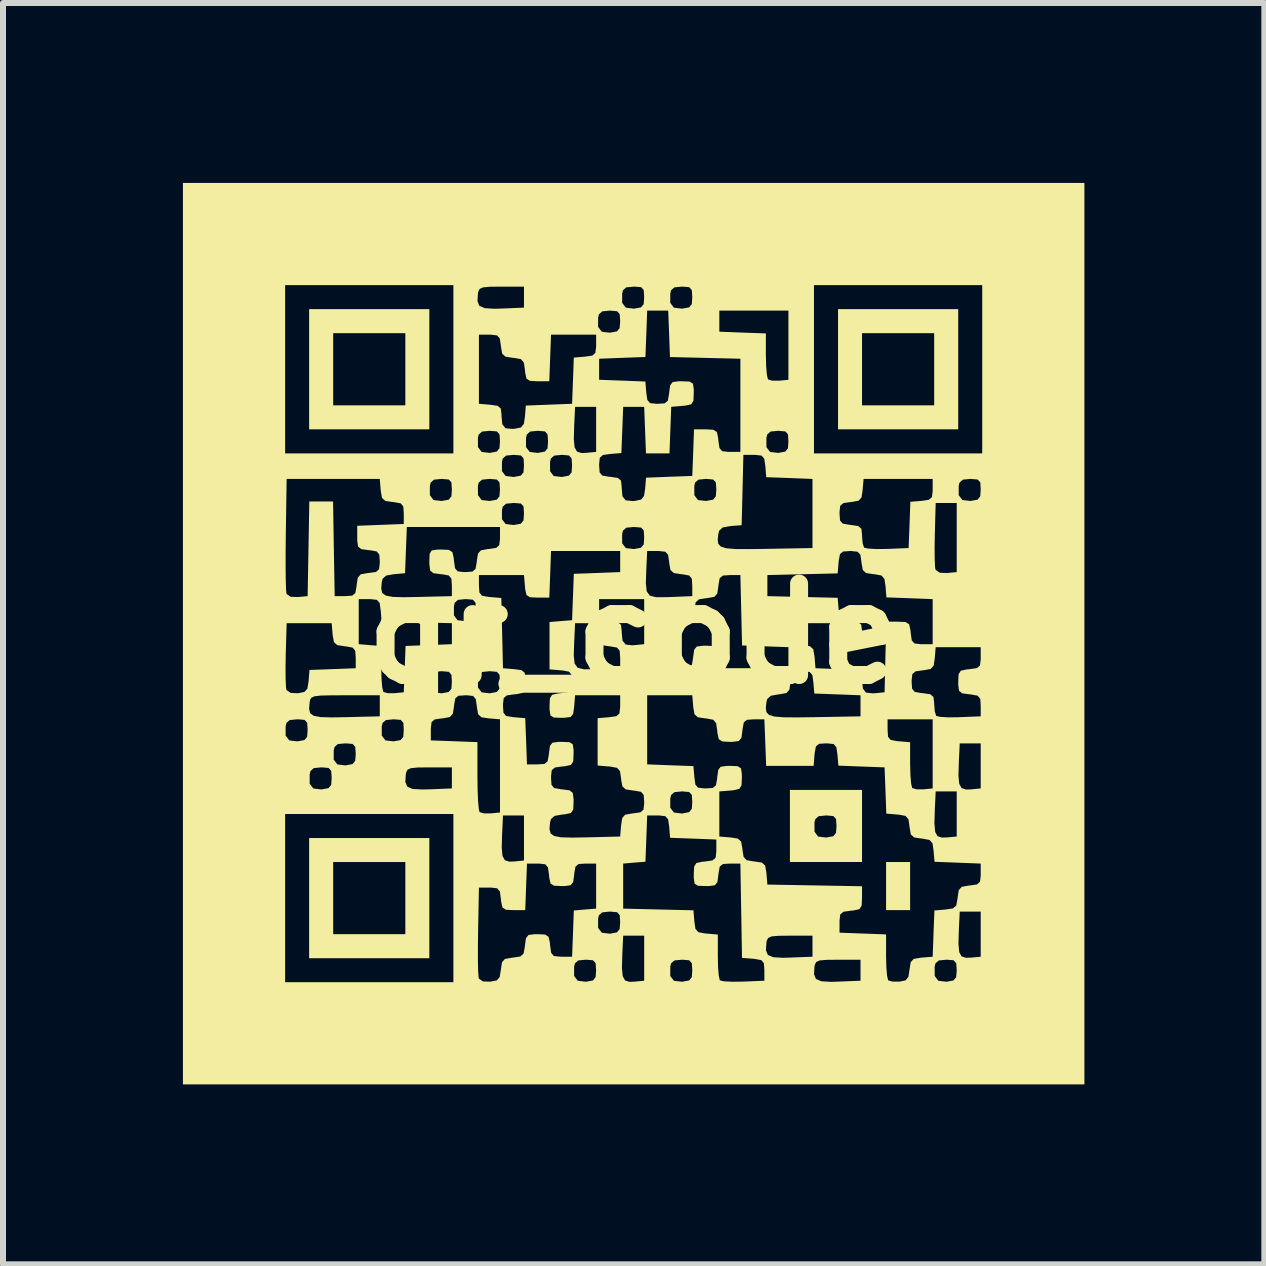
<source format=kicad_pcb>
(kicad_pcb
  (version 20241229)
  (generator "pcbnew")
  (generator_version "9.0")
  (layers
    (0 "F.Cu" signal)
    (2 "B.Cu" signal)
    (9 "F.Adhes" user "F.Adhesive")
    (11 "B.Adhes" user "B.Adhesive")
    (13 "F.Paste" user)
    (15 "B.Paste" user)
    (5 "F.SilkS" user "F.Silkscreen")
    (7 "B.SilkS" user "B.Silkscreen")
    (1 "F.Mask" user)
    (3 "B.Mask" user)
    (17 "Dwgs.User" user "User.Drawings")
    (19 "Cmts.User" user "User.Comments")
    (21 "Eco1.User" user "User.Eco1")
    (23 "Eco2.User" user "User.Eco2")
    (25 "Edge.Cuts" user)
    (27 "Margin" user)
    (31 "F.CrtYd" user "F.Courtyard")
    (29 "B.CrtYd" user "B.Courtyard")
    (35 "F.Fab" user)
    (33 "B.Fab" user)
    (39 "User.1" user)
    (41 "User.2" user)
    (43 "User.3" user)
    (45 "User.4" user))
  (footprint "qr_code"
    (layer "F.Cu")
    (at 7.515 7.515)
    (property "Reference" "qr_code" (at 0 0 0) (layer "F.SilkS") (effects (font (size 1.524 1.524) (thickness 0.3))))
    (attr board_only exclude_from_pos_files exclude_from_bom)
    (fp_poly (pts (xy 4.609 4.609) (xy 4.208 4.609) (xy 4.208 3.807) (xy 4.609 3.807)) (stroke (width 0) (type solid)) (fill yes) (layer "F.SilkS"))
    (fp_poly (pts (xy -3.407 -3.407) (xy -5.411 -3.407) (xy -5.411 -5.01) (xy -5.01 -5.01) (xy -5.01 -3.807) (xy -3.807 -3.807) (xy -3.807 -5.01) (xy -5.01 -5.01) (xy -5.411 -5.01) (xy -5.411 -5.411) (xy -3.407 -5.411)) (stroke (width 0) (type solid)) (fill yes) (layer "F.SilkS"))
    (fp_poly (pts (xy -3.407 5.411) (xy -5.411 5.411) (xy -5.411 3.807) (xy -5.01 3.807) (xy -5.01 5.01) (xy -3.807 5.01) (xy -3.807 3.807) (xy -5.01 3.807) (xy -5.411 3.807) (xy -5.411 3.407) (xy -3.407 3.407)) (stroke (width 0) (type solid)) (fill yes) (layer "F.SilkS"))
    (fp_poly (pts (xy 5.411 -3.407) (xy 3.407 -3.407) (xy 3.407 -5.01) (xy 3.807 -5.01) (xy 3.807 -3.807) (xy 5.01 -3.807) (xy 5.01 -5.01) (xy 3.807 -5.01) (xy 3.407 -5.01) (xy 3.407 -5.411) (xy 5.411 -5.411)) (stroke (width 0) (type solid)) (fill yes) (layer "F.SilkS"))
    (fp_poly (pts (xy 3.807 3.807) (xy 2.605 3.807) (xy 2.605 3.147) (xy 3.014 3.147) (xy 3.015 3.302) (xy 3.076 3.383) (xy 3.207 3.398) (xy 3.218 3.397) (xy 3.328 3.377) (xy 3.373 3.322) (xy 3.382 3.206) (xy 3.374 3.089) (xy 3.33 3.041) (xy 3.22 3.031) (xy 3.206 3.031) (xy 3.084 3.043) (xy 3.029 3.091) (xy 3.014 3.147) (xy 2.605 3.147) (xy 2.605 2.605) (xy 3.807 2.605)) (stroke (width 0) (type solid)) (fill yes) (layer "F.SilkS"))
    (fp_poly (pts (xy 7.515 7.515) (xy -7.515 7.515) (xy -7.515 3.006) (xy -5.811 3.006) (xy -5.811 5.811) (xy -3.006 5.811) (xy -3.006 5.221) (xy -2.597 5.221) (xy -2.597 5.451) (xy -2.593 5.629) (xy -2.585 5.733) (xy -2.582 5.75) (xy -2.513 5.798) (xy -2.393 5.802) (xy -2.283 5.781) (xy -2.234 5.725) (xy -2.214 5.602) (xy -2.214 5.601) (xy -2.207 5.552) (xy -0.993 5.552) (xy -0.993 5.707) (xy -0.932 5.787) (xy -0.801 5.803) (xy -0.789 5.802) (xy -0.679 5.782) (xy -0.635 5.727) (xy -0.626 5.611) (xy -0.629 5.574) (xy -0.196 5.574) (xy -0.183 5.71) (xy -0.143 5.782) (xy -0.069 5.805) (xy 0.012 5.802) (xy 0.175 5.786) (xy 0.175 5.552) (xy 0.61 5.552) (xy 0.61 5.707) (xy 0.671 5.787) (xy 0.802 5.803) (xy 0.814 5.802) (xy 0.924 5.782) (xy 0.969 5.727) (xy 0.977 5.611) (xy 0.969 5.494) (xy 0.925 5.445) (xy 0.815 5.436) (xy 0.802 5.436) (xy 0.679 5.448) (xy 0.624 5.496) (xy 0.61 5.552) (xy 0.175 5.552) (xy 0.175 5.035) (xy -0.175 5.035) (xy -0.19 5.355) (xy -0.196 5.574) (xy -0.629 5.574) (xy -0.634 5.494) (xy -0.678 5.445) (xy -0.788 5.436) (xy -0.802 5.436) (xy -0.924 5.448) (xy -0.979 5.496) (xy -0.993 5.552) (xy -2.207 5.552) (xy -2.195 5.478) (xy -2.146 5.423) (xy -2.032 5.403) (xy -2.014 5.401) (xy -1.891 5.383) (xy -1.836 5.334) (xy -1.815 5.222) (xy -1.813 5.198) (xy -1.796 5.076) (xy -1.753 5.023) (xy -1.65 5.01) (xy -1.603 5.01) (xy -1.477 5.016) (xy -1.419 5.054) (xy -1.397 5.152) (xy -1.393 5.198) (xy -1.376 5.321) (xy -1.331 5.374) (xy -1.229 5.385) (xy -1.202 5.386) (xy -1.027 5.386) (xy -1.012 5) (xy -1.003 4.75) (xy -0.593 4.75) (xy -0.593 4.906) (xy -0.531 4.986) (xy -0.4 5.002) (xy -0.389 5.001) (xy -0.279 4.98) (xy -0.234 4.925) (xy -0.225 4.809) (xy -0.233 4.692) (xy -0.277 4.644) (xy -0.387 4.634) (xy -0.401 4.634) (xy -0.523 4.646) (xy -0.579 4.694) (xy -0.593 4.75) (xy -1.003 4.75) (xy -0.998 4.615) (xy -0.812 4.599) (xy -0.626 4.584) (xy -0.626 3.833) (xy -0.175 3.833) (xy -0.175 4.584) (xy 0.996 4.612) (xy 1.012 4.799) (xy 1.03 4.922) (xy 1.079 4.977) (xy 1.19 4.998) (xy 1.215 5) (xy 1.403 5.016) (xy 1.403 5.38) (xy 1.407 5.563) (xy 1.419 5.705) (xy 1.436 5.778) (xy 1.438 5.78) (xy 1.502 5.796) (xy 1.638 5.803) (xy 1.816 5.801) (xy 1.826 5.801) (xy 2.179 5.786) (xy 2.179 5.679) (xy 3.007 5.679) (xy 3.039 5.757) (xy 3.128 5.795) (xy 3.29 5.805) (xy 3.419 5.801) (xy 3.782 5.786) (xy 3.782 5.436) (xy 3.407 5.436) (xy 3.215 5.438) (xy 3.101 5.448) (xy 3.043 5.474) (xy 3.02 5.521) (xy 3.014 5.552) (xy 3.007 5.679) (xy 2.179 5.679) (xy 2.179 5.611) (xy 2.171 5.495) (xy 2.128 5.443) (xy 2.019 5.423) (xy 1.993 5.42) (xy 1.806 5.405) (xy 1.804 5.278) (xy 2.205 5.278) (xy 2.237 5.356) (xy 2.326 5.394) (xy 2.488 5.404) (xy 2.617 5.4) (xy 2.981 5.386) (xy 2.981 5.035) (xy 2.605 5.035) (xy 2.413 5.037) (xy 2.299 5.047) (xy 2.242 5.073) (xy 2.218 5.12) (xy 2.213 5.151) (xy 2.205 5.278) (xy 1.804 5.278) (xy 1.779 3.833) (xy 1.603 3.833) (xy 1.488 3.84) (xy 1.435 3.883) (xy 1.415 3.992) (xy 1.412 4.02) (xy 1.396 4.141) (xy 1.353 4.195) (xy 1.252 4.208) (xy 1.199 4.208) (xy 1.072 4.203) (xy 1.016 4.168) (xy 1.002 4.075) (xy 1.002 4.011) (xy 1.008 3.883) (xy 1.045 3.824) (xy 1.14 3.803) (xy 1.19 3.798) (xy 1.313 3.781) (xy 1.366 3.736) (xy 1.378 3.634) (xy 1.378 3.607) (xy 1.378 3.432) (xy 0.992 3.417) (xy 0.607 3.403) (xy 0.592 3.217) (xy 0.574 3.095) (xy 0.528 3.043) (xy 0.424 3.031) (xy 0.401 3.031) (xy 0.225 3.031) (xy 0.211 3.416) (xy 0.196 3.802) (xy 0.01 3.817) (xy -0.175 3.833) (xy -0.626 3.833) (xy -0.802 3.833) (xy -0.917 3.84) (xy -0.97 3.883) (xy -0.99 3.992) (xy -0.992 4.02) (xy -1.009 4.142) (xy -1.053 4.195) (xy -1.155 4.208) (xy -1.202 4.208) (xy -1.329 4.202) (xy -1.387 4.164) (xy -1.408 4.066) (xy -1.412 4.02) (xy -1.43 3.897) (xy -1.474 3.845) (xy -1.576 3.833) (xy -1.603 3.833) (xy -1.779 3.833) (xy -1.808 4.609) (xy -2.003 4.609) (xy -2.13 4.603) (xy -2.188 4.565) (xy -2.21 4.468) (xy -2.214 4.421) (xy -2.231 4.298) (xy -2.276 4.245) (xy -2.378 4.233) (xy -2.405 4.233) (xy -2.58 4.233) (xy -2.594 4.957) (xy -2.597 5.221) (xy -3.006 5.221) (xy -3.006 3.57) (xy -2.2 3.57) (xy -2.187 3.706) (xy -2.147 3.778) (xy -2.073 3.801) (xy -1.992 3.798) (xy -1.829 3.782) (xy -1.829 3.031) (xy -2.179 3.031) (xy -2.194 3.351) (xy -2.2 3.57) (xy -3.006 3.57) (xy -3.006 3.006) (xy -5.811 3.006) (xy -7.515 3.006) (xy -7.515 2.346) (xy -5.402 2.346) (xy -5.402 2.501) (xy -5.341 2.581) (xy -5.209 2.597) (xy -5.198 2.596) (xy -5.088 2.575) (xy -5.043 2.521) (xy -5.04 2.473) (xy -3.807 2.473) (xy -3.774 2.551) (xy -3.686 2.589) (xy -3.524 2.598) (xy -3.395 2.595) (xy -3.031 2.58) (xy -3.031 2.229) (xy -3.407 2.229) (xy -3.599 2.231) (xy -3.712 2.242) (xy -3.77 2.267) (xy -3.793 2.314) (xy -3.799 2.346) (xy -3.807 2.473) (xy -5.04 2.473) (xy -5.035 2.405) (xy -5.043 2.287) (xy -5.086 2.239) (xy -5.197 2.229) (xy -5.21 2.229) (xy -5.333 2.241) (xy -5.388 2.29) (xy -5.402 2.346) (xy -7.515 2.346) (xy -7.515 1.945) (xy -5.001 1.945) (xy -5.001 2.1) (xy -4.94 2.18) (xy -4.809 2.196) (xy -4.797 2.195) (xy -4.687 2.174) (xy -4.643 2.12) (xy -4.634 2.004) (xy -4.642 1.886) (xy -4.686 1.838) (xy -4.796 1.829) (xy -4.809 1.829) (xy -4.932 1.84) (xy -4.987 1.889) (xy -5.001 1.945) (xy -7.515 1.945) (xy -7.515 1.544) (xy -5.803 1.544) (xy -5.803 1.699) (xy -5.741 1.78) (xy -5.61 1.795) (xy -5.599 1.794) (xy -5.489 1.774) (xy -5.444 1.719) (xy -5.436 1.603) (xy -5.44 1.544) (xy -4.2 1.544) (xy -4.2 1.699) (xy -4.138 1.78) (xy -4.007 1.795) (xy -3.996 1.794) (xy -3.886 1.774) (xy -3.841 1.719) (xy -3.833 1.603) (xy -3.382 1.603) (xy -3.382 1.779) (xy -2.605 1.808) (xy -2.605 2.373) (xy -2.602 2.603) (xy -2.594 2.794) (xy -2.582 2.925) (xy -2.569 2.975) (xy -2.499 2.996) (xy -2.381 2.996) (xy -2.229 2.981) (xy -2.229 1.428) (xy -2.414 1.412) (xy -2.537 1.394) (xy -2.593 1.344) (xy -2.613 1.23) (xy -2.615 1.212) (xy -2.633 1.09) (xy -2.678 1.038) (xy -2.783 1.027) (xy -2.806 1.027) (xy -2.922 1.035) (xy -2.974 1.079) (xy -2.994 1.189) (xy -2.996 1.212) (xy -3.015 1.335) (xy -3.065 1.39) (xy -3.178 1.411) (xy -3.197 1.412) (xy -3.319 1.43) (xy -3.37 1.476) (xy -3.382 1.581) (xy -3.382 1.603) (xy -3.833 1.603) (xy -3.84 1.486) (xy -3.884 1.437) (xy -3.995 1.428) (xy -4.008 1.428) (xy -4.13 1.44) (xy -4.186 1.488) (xy -4.2 1.544) (xy -5.44 1.544) (xy -5.443 1.486) (xy -5.487 1.437) (xy -5.598 1.428) (xy -5.611 1.428) (xy -5.734 1.44) (xy -5.789 1.488) (xy -5.803 1.544) (xy -7.515 1.544) (xy -7.515 1.252) (xy -5.412 1.252) (xy -5.394 1.325) (xy -5.335 1.369) (xy -5.218 1.391) (xy -5.03 1.396) (xy -4.798 1.392) (xy -4.233 1.378) (xy -4.233 1.027) (xy -4.809 1.027) (xy -5.057 1.028) (xy -5.221 1.032) (xy -5.321 1.044) (xy -5.373 1.067) (xy -5.395 1.104) (xy -5.402 1.143) (xy -5.412 1.252) (xy -7.515 1.252) (xy -7.515 0.572) (xy -5.804 0.572) (xy -5.803 0.762) (xy -5.796 0.895) (xy -5.789 0.939) (xy -5.718 0.988) (xy -5.599 0.993) (xy -5.49 0.972) (xy -5.44 0.916) (xy -5.42 0.793) (xy -5.42 0.791) (xy -5.405 0.605) (xy -5.019 0.591) (xy -4.634 0.576) (xy -4.634 0.401) (xy -4.642 0.285) (xy -4.686 0.232) (xy -4.796 0.212) (xy -4.819 0.21) (xy -4.942 0.191) (xy -4.997 0.142) (xy -5.018 0.028) (xy -5.02 0.01) (xy -5.035 -0.175) (xy -5.786 -0.175) (xy -5.801 0.347) (xy -5.804 0.572) (xy -7.515 0.572) (xy -7.515 -0.576) (xy -4.584 -0.576) (xy -4.584 0.175) (xy -4.396 0.191) (xy -4.208 0.206) (xy -4.208 0.571) (xy -4.204 0.754) (xy -4.192 0.896) (xy -4.174 0.969) (xy -4.173 0.971) (xy -4.102 0.992) (xy -3.985 0.992) (xy -3.833 0.977) (xy -3.824 0.743) (xy -3.398 0.743) (xy -3.398 0.898) (xy -3.337 0.978) (xy -3.205 0.994) (xy -3.194 0.993) (xy -3.084 0.972) (xy -3.039 0.918) (xy -3.031 0.802) (xy -3.035 0.743) (xy -2.597 0.743) (xy -2.596 0.898) (xy -2.535 0.978) (xy -2.404 0.994) (xy -2.393 0.993) (xy -2.283 0.972) (xy -2.238 0.918) (xy -2.229 0.802) (xy -2.237 0.684) (xy -2.281 0.636) (xy -2.391 0.626) (xy -2.405 0.626) (xy -2.527 0.638) (xy -2.583 0.686) (xy -2.597 0.743) (xy -3.035 0.743) (xy -3.039 0.684) (xy -3.082 0.636) (xy -3.193 0.626) (xy -3.206 0.626) (xy -3.329 0.638) (xy -3.384 0.686) (xy -3.398 0.743) (xy -3.824 0.743) (xy -3.803 0.205) (xy -3.417 0.19) (xy -3.031 0.175) (xy -3.031 -0.175) (xy -4.202 -0.204) (xy -4.218 -0.39) (xy -4.228 -0.46) (xy -2.997 -0.46) (xy -2.997 -0.305) (xy -2.936 -0.224) (xy -2.805 -0.209) (xy -2.793 -0.21) (xy -2.683 -0.23) (xy -2.639 -0.285) (xy -2.63 -0.401) (xy -2.638 -0.518) (xy -2.682 -0.567) (xy -2.792 -0.576) (xy -2.806 -0.576) (xy -2.928 -0.564) (xy -2.983 -0.516) (xy -2.997 -0.46) (xy -4.228 -0.46) (xy -4.235 -0.512) (xy -4.281 -0.564) (xy -4.384 -0.576) (xy -4.409 -0.576) (xy -4.584 -0.576) (xy -7.515 -0.576) (xy -7.515 -1.092) (xy -5.803 -1.092) (xy -5.8 -0.876) (xy -5.795 -0.727) (xy -5.788 -0.662) (xy -5.719 -0.615) (xy -5.599 -0.611) (xy -5.436 -0.626) (xy -5.422 -1.415) (xy -5.408 -2.204) (xy -5.012 -2.204) (xy -4.999 -1.415) (xy -4.985 -0.626) (xy -4.809 -0.626) (xy -4.693 -0.634) (xy -4.641 -0.678) (xy -4.627 -0.752) (xy -4.209 -0.752) (xy -4.192 -0.679) (xy -4.133 -0.635) (xy -4.016 -0.613) (xy -3.828 -0.608) (xy -3.596 -0.612) (xy -3.031 -0.626) (xy -3.031 -0.802) (xy -3.039 -0.917) (xy -3.082 -0.97) (xy -3.12 -0.977) (xy -2.58 -0.977) (xy -2.58 -0.802) (xy -2.572 -0.686) (xy -2.529 -0.633) (xy -2.42 -0.613) (xy -2.394 -0.611) (xy -2.207 -0.595) (xy -2.179 0.576) (xy -1.991 0.592) (xy -1.87 0.608) (xy -1.817 0.652) (xy -1.804 0.754) (xy -1.804 0.802) (xy -1.81 0.928) (xy -1.848 0.986) (xy -1.946 1.007) (xy -1.991 1.011) (xy -2.115 1.029) (xy -2.167 1.074) (xy -2.179 1.176) (xy -2.179 1.202) (xy -2.171 1.318) (xy -2.128 1.371) (xy -2.018 1.391) (xy -1.993 1.393) (xy -1.808 1.409) (xy -1.793 1.794) (xy -1.779 2.179) (xy -1.603 2.179) (xy -1.488 2.172) (xy -1.435 2.128) (xy -1.415 2.02) (xy -1.412 1.991) (xy -1.396 1.87) (xy -1.353 1.817) (xy -1.252 1.804) (xy -1.199 1.804) (xy -1.072 1.809) (xy -1.016 1.843) (xy -1.002 1.937) (xy -1.002 2.001) (xy -1.008 2.129) (xy -1.045 2.188) (xy -1.14 2.209) (xy -1.19 2.214) (xy -1.313 2.231) (xy -1.366 2.276) (xy -1.378 2.378) (xy -1.378 2.405) (xy -1.37 2.52) (xy -1.327 2.573) (xy -1.219 2.593) (xy -1.19 2.596) (xy -1.068 2.612) (xy -1.015 2.656) (xy -1.002 2.758) (xy -1.002 2.806) (xy -1.008 2.932) (xy -1.046 2.99) (xy -1.144 3.011) (xy -1.19 3.015) (xy -1.319 3.038) (xy -1.379 3.091) (xy -1.394 3.147) (xy -1.404 3.256) (xy -1.386 3.329) (xy -1.327 3.373) (xy -1.211 3.395) (xy -1.022 3.4) (xy -0.79 3.396) (xy -0.225 3.382) (xy -0.21 3.197) (xy -0.191 3.074) (xy -0.142 3.018) (xy -0.028 2.998) (xy -0.01 2.996) (xy 0.112 2.979) (xy 0.164 2.933) (xy 0.175 2.828) (xy 0.175 2.806) (xy 0.171 2.747) (xy 0.61 2.747) (xy 0.61 2.902) (xy 0.671 2.982) (xy 0.802 2.998) (xy 0.814 2.997) (xy 0.924 2.976) (xy 0.969 2.921) (xy 0.977 2.806) (xy 0.969 2.688) (xy 0.925 2.64) (xy 0.815 2.63) (xy 0.802 2.63) (xy 0.679 2.642) (xy 0.624 2.69) (xy 0.61 2.747) (xy 0.171 2.747) (xy 0.167 2.689) (xy 0.123 2.637) (xy 0.014 2.617) (xy -0.01 2.615) (xy -0.133 2.596) (xy -0.188 2.546) (xy -0.209 2.433) (xy -0.21 2.414) (xy -0.228 2.292) (xy -0.277 2.237) (xy -0.389 2.216) (xy -0.413 2.214) (xy -0.601 2.198) (xy -0.601 1.409) (xy -0.413 1.393) (xy -0.29 1.376) (xy -0.238 1.331) (xy -0.226 1.229) (xy -0.225 1.202) (xy -0.225 1.027) (xy 0.225 1.027) (xy 0.225 2.179) (xy 0.611 2.194) (xy 0.996 2.208) (xy 1.012 2.394) (xy 1.029 2.517) (xy 1.075 2.568) (xy 1.179 2.58) (xy 1.202 2.58) (xy 1.318 2.572) (xy 1.371 2.529) (xy 1.391 2.421) (xy 1.393 2.392) (xy 1.41 2.271) (xy 1.452 2.218) (xy 1.553 2.205) (xy 1.606 2.204) (xy 1.733 2.209) (xy 1.789 2.244) (xy 1.803 2.338) (xy 1.804 2.402) (xy 1.798 2.529) (xy 1.761 2.588) (xy 1.666 2.61) (xy 1.616 2.615) (xy 1.428 2.63) (xy 1.428 3.382) (xy 1.613 3.397) (xy 1.736 3.416) (xy 1.791 3.466) (xy 1.812 3.579) (xy 1.813 3.597) (xy 1.832 3.72) (xy 1.882 3.776) (xy 1.995 3.796) (xy 2.014 3.798) (xy 2.137 3.816) (xy 2.192 3.866) (xy 2.212 3.98) (xy 2.214 3.998) (xy 2.229 4.183) (xy 3.807 4.211) (xy 3.807 4.407) (xy 3.801 4.534) (xy 3.764 4.593) (xy 3.668 4.614) (xy 3.62 4.619) (xy 3.497 4.636) (xy 3.444 4.681) (xy 3.432 4.783) (xy 3.432 4.809) (xy 3.432 4.985) (xy 4.208 5.014) (xy 4.208 5.379) (xy 4.213 5.563) (xy 4.225 5.705) (xy 4.242 5.778) (xy 4.244 5.78) (xy 4.315 5.801) (xy 4.432 5.801) (xy 4.534 5.78) (xy 4.581 5.72) (xy 4.599 5.601) (xy 4.607 5.552) (xy 5.018 5.552) (xy 5.019 5.707) (xy 5.08 5.787) (xy 5.211 5.803) (xy 5.222 5.802) (xy 5.332 5.782) (xy 5.377 5.727) (xy 5.386 5.611) (xy 5.378 5.494) (xy 5.334 5.445) (xy 5.224 5.436) (xy 5.21 5.436) (xy 5.088 5.448) (xy 5.032 5.496) (xy 5.018 5.552) (xy 4.607 5.552) (xy 4.618 5.478) (xy 4.668 5.423) (xy 4.782 5.403) (xy 4.8 5.401) (xy 4.985 5.386) (xy 4.993 5.173) (xy 5.415 5.173) (xy 5.428 5.31) (xy 5.468 5.381) (xy 5.542 5.404) (xy 5.623 5.401) (xy 5.786 5.386) (xy 5.786 4.634) (xy 5.436 4.634) (xy 5.421 4.954) (xy 5.415 5.173) (xy 4.993 5.173) (xy 4.999 5) (xy 5.014 4.615) (xy 5.2 4.599) (xy 5.323 4.581) (xy 5.379 4.531) (xy 5.399 4.419) (xy 5.401 4.399) (xy 5.42 4.276) (xy 5.469 4.221) (xy 5.583 4.2) (xy 5.601 4.199) (xy 5.723 4.181) (xy 5.775 4.135) (xy 5.786 4.03) (xy 5.786 4.008) (xy 5.786 3.833) (xy 5.401 3.818) (xy 5.016 3.803) (xy 5 3.618) (xy 4.982 3.494) (xy 4.932 3.439) (xy 4.819 3.418) (xy 4.8 3.416) (xy 4.677 3.398) (xy 4.621 3.348) (xy 4.601 3.234) (xy 4.599 3.216) (xy 4.592 3.169) (xy 5.014 3.169) (xy 5.027 3.306) (xy 5.067 3.377) (xy 5.141 3.4) (xy 5.222 3.397) (xy 5.386 3.382) (xy 5.386 2.63) (xy 5.035 2.63) (xy 5.02 2.951) (xy 5.014 3.169) (xy 4.592 3.169) (xy 4.581 3.093) (xy 4.531 3.038) (xy 4.418 3.017) (xy 4.398 3.016) (xy 4.212 3) (xy 4.198 2.615) (xy 4.183 2.229) (xy 3.798 2.215) (xy 3.413 2.2) (xy 3.397 2.014) (xy 3.379 1.892) (xy 3.334 1.84) (xy 3.23 1.829) (xy 3.206 1.829) (xy 3.091 1.836) (xy 3.038 1.88) (xy 3.018 1.988) (xy 3.015 2.016) (xy 3 2.204) (xy 2.209 2.204) (xy 2.194 1.816) (xy 2.179 1.428) (xy 4.233 1.428) (xy 4.233 1.603) (xy 4.241 1.719) (xy 4.284 1.771) (xy 4.392 1.792) (xy 4.421 1.794) (xy 4.609 1.81) (xy 4.609 2.174) (xy 4.614 2.357) (xy 4.626 2.499) (xy 4.643 2.572) (xy 4.645 2.574) (xy 4.716 2.595) (xy 4.833 2.595) (xy 4.985 2.58) (xy 4.985 2.368) (xy 5.415 2.368) (xy 5.428 2.504) (xy 5.468 2.575) (xy 5.542 2.599) (xy 5.623 2.596) (xy 5.786 2.58) (xy 5.786 1.829) (xy 5.436 1.829) (xy 5.421 2.149) (xy 5.415 2.368) (xy 4.985 2.368) (xy 4.985 1.428) (xy 4.233 1.428) (xy 2.179 1.428) (xy 2.004 1.428) (xy 1.888 1.436) (xy 1.836 1.479) (xy 1.816 1.587) (xy 1.813 1.616) (xy 1.796 1.737) (xy 1.753 1.79) (xy 1.65 1.803) (xy 1.603 1.804) (xy 1.477 1.797) (xy 1.419 1.759) (xy 1.397 1.661) (xy 1.393 1.616) (xy 1.375 1.492) (xy 1.327 1.435) (xy 1.216 1.414) (xy 1.193 1.412) (xy 1.07 1.394) (xy 1.014 1.344) (xy 0.996 1.24) (xy 2.203 1.24) (xy 2.213 1.309) (xy 2.257 1.355) (xy 2.348 1.382) (xy 2.499 1.394) (xy 2.725 1.396) (xy 3.017 1.392) (xy 3.782 1.378) (xy 3.782 1.027) (xy 3.397 1.012) (xy 3.012 0.998) (xy 2.996 0.812) (xy 2.979 0.69) (xy 2.933 0.638) (xy 2.829 0.626) (xy 2.806 0.626) (xy 2.689 0.634) (xy 2.637 0.678) (xy 2.617 0.788) (xy 2.615 0.811) (xy 2.596 0.934) (xy 2.546 0.99) (xy 2.433 1.01) (xy 2.414 1.012) (xy 2.286 1.035) (xy 2.227 1.089) (xy 2.213 1.143) (xy 2.203 1.24) (xy 0.996 1.24) (xy 0.994 1.23) (xy 0.992 1.212) (xy 0.977 1.027) (xy 0.225 1.027) (xy -0.225 1.027) (xy -0.977 1.027) (xy -0.992 1.215) (xy -1.009 1.336) (xy -1.052 1.389) (xy -1.153 1.402) (xy -1.205 1.403) (xy -1.332 1.398) (xy -1.388 1.363) (xy -1.402 1.269) (xy -1.403 1.205) (xy -1.397 1.078) (xy -1.36 1.019) (xy -1.265 0.997) (xy -1.215 0.992) (xy -1.092 0.975) (xy -1.039 0.93) (xy -1.027 0.828) (xy -1.027 0.802) (xy -1.035 0.686) (xy -1.078 0.633) (xy -1.186 0.613) (xy -1.215 0.611) (xy -1.403 0.595) (xy -1.403 0.362) (xy -0.999 0.362) (xy -0.985 0.497) (xy -0.934 0.568) (xy -0.828 0.594) (xy -0.651 0.593) (xy -0.589 0.591) (xy -0.225 0.576) (xy -0.225 0.401) (xy -0.228 0.364) (xy 0.605 0.364) (xy 0.619 0.5) (xy 0.658 0.571) (xy 0.733 0.595) (xy 0.814 0.592) (xy 0.922 0.571) (xy 0.972 0.516) (xy 0.992 0.394) (xy 0.992 0.388) (xy 1.009 0.267) (xy 1.053 0.214) (xy 1.155 0.201) (xy 1.202 0.2) (xy 1.329 0.207) (xy 1.387 0.245) (xy 1.408 0.343) (xy 1.412 0.388) (xy 1.428 0.576) (xy 2.58 0.576) (xy 2.58 0.225) (xy 2.193 0.211) (xy 1.807 0.196) (xy 1.779 -0.977) (xy 2.229 -0.977) (xy 2.229 -0.626) (xy 3.401 -0.598) (xy 3.416 -0.412) (xy 3.435 -0.289) (xy 3.483 -0.233) (xy 3.595 -0.212) (xy 3.62 -0.21) (xy 3.741 -0.194) (xy 3.794 -0.151) (xy 3.807 -0.05) (xy 3.807 0.003) (xy 3.802 0.13) (xy 3.768 0.186) (xy 3.674 0.2) (xy 3.61 0.2) (xy 3.482 0.194) (xy 3.424 0.158) (xy 3.402 0.063) (xy 3.397 0.013) (xy 3.382 -0.175) (xy 2.63 -0.175) (xy 2.63 0) (xy 2.638 0.116) (xy 2.682 0.169) (xy 2.792 0.189) (xy 2.815 0.191) (xy 2.938 0.209) (xy 2.994 0.259) (xy 3.014 0.373) (xy 3.016 0.391) (xy 3.031 0.576) (xy 3.807 0.605) (xy 3.807 0.77) (xy 3.821 0.915) (xy 3.874 0.983) (xy 3.99 0.995) (xy 4.031 0.992) (xy 4.183 0.977) (xy 4.187 0.802) (xy 4.634 0.802) (xy 4.642 0.917) (xy 4.685 0.97) (xy 4.793 0.99) (xy 4.822 0.992) (xy 4.945 1.01) (xy 4.998 1.055) (xy 5.01 1.154) (xy 5.01 1.172) (xy 5.02 1.295) (xy 5.044 1.37) (xy 5.045 1.371) (xy 5.11 1.387) (xy 5.245 1.395) (xy 5.424 1.393) (xy 5.434 1.392) (xy 5.786 1.378) (xy 5.786 1.202) (xy 5.779 1.087) (xy 5.735 1.034) (xy 5.627 1.014) (xy 5.599 1.011) (xy 5.477 0.995) (xy 5.424 0.951) (xy 5.411 0.849) (xy 5.411 0.802) (xy 5.417 0.675) (xy 5.455 0.617) (xy 5.553 0.596) (xy 5.599 0.592) (xy 5.722 0.574) (xy 5.774 0.53) (xy 5.786 0.428) (xy 5.786 0.401) (xy 5.786 0.225) (xy 5.035 0.225) (xy 5.02 0.41) (xy 5.001 0.533) (xy 4.951 0.589) (xy 4.837 0.609) (xy 4.819 0.611) (xy 4.697 0.629) (xy 4.646 0.674) (xy 4.634 0.779) (xy 4.634 0.802) (xy 4.187 0.802) (xy 4.197 0.388) (xy 4.211 -0.2) (xy 4.407 -0.2) (xy 4.534 -0.194) (xy 4.593 -0.157) (xy 4.614 -0.06) (xy 4.619 -0.013) (xy 4.636 0.111) (xy 4.681 0.163) (xy 4.783 0.175) (xy 4.809 0.175) (xy 4.985 0.175) (xy 4.985 -0.576) (xy 4.599 -0.591) (xy 4.214 -0.605) (xy 4.199 -0.791) (xy 4.18 -0.914) (xy 4.131 -0.97) (xy 4.018 -0.991) (xy 3.998 -0.992) (xy 3.875 -1.011) (xy 3.82 -1.061) (xy 3.799 -1.175) (xy 3.798 -1.193) (xy 3.78 -1.315) (xy 3.734 -1.366) (xy 3.629 -1.378) (xy 3.607 -1.378) (xy 3.491 -1.37) (xy 3.439 -1.326) (xy 3.419 -1.217) (xy 3.416 -1.191) (xy 3.401 -1.005) (xy 2.229 -0.977) (xy 1.779 -0.977) (xy 1.603 -0.977) (xy 1.487 -0.969) (xy 1.434 -0.925) (xy 1.414 -0.815) (xy 1.412 -0.792) (xy 1.394 -0.669) (xy 1.344 -0.614) (xy 1.23 -0.593) (xy 1.212 -0.592) (xy 1.089 -0.573) (xy 1.034 -0.523) (xy 1.013 -0.409) (xy 1.012 -0.391) (xy 0.993 -0.268) (xy 0.943 -0.213) (xy 0.829 -0.192) (xy 0.811 -0.191) (xy 0.626 -0.175) (xy 0.611 0.145) (xy 0.605 0.364) (xy -0.228 0.364) (xy -0.233 0.285) (xy -0.277 0.232) (xy -0.387 0.212) (xy -0.41 0.21) (xy -0.533 0.191) (xy -0.589 0.142) (xy -0.609 0.028) (xy -0.611 0.01) (xy -0.629 -0.112) (xy -0.674 -0.164) (xy -0.779 -0.175) (xy -0.802 -0.175) (xy -0.977 -0.175) (xy -0.992 0.145) (xy -0.999 0.362) (xy -1.403 0.362) (xy -1.403 -0.194) (xy -1.215 -0.21) (xy -1.027 -0.225) (xy -1.014 -0.576) (xy -0.576 -0.576) (xy -0.576 -0.401) (xy -0.568 -0.285) (xy -0.525 -0.233) (xy -0.417 -0.212) (xy -0.388 -0.21) (xy -0.265 -0.192) (xy -0.212 -0.148) (xy -0.2 -0.049) (xy -0.2 -0.03) (xy -0.187 0.114) (xy -0.133 0.182) (xy -0.017 0.194) (xy 0.023 0.19) (xy 0.175 0.175) (xy 0.175 -0.576) (xy -0.576 -0.576) (xy -1.014 -0.576) (xy -1.012 -0.612) (xy -1.004 -0.841) (xy 0.203 -0.841) (xy 0.217 -0.706) (xy 0.269 -0.634) (xy 0.374 -0.608) (xy 0.551 -0.609) (xy 0.613 -0.611) (xy 0.977 -0.626) (xy 0.977 -0.802) (xy 0.969 -0.918) (xy 0.925 -0.97) (xy 0.815 -0.99) (xy 0.792 -0.992) (xy 0.669 -1.011) (xy 0.614 -1.061) (xy 0.593 -1.175) (xy 0.592 -1.193) (xy 0.574 -1.315) (xy 0.528 -1.366) (xy 0.423 -1.378) (xy 0.401 -1.378) (xy 0.225 -1.378) (xy 0.21 -1.057) (xy 0.203 -0.841) (xy -1.004 -0.841) (xy -0.998 -0.998) (xy -0.612 -1.012) (xy -0.225 -1.027) (xy -0.225 -1.378) (xy -1.378 -1.378) (xy -1.392 -0.989) (xy -1.407 -0.601) (xy -1.602 -0.601) (xy -1.729 -0.607) (xy -1.787 -0.645) (xy -1.809 -0.742) (xy -1.813 -0.789) (xy -1.829 -0.977) (xy -2.58 -0.977) (xy -3.12 -0.977) (xy -3.19 -0.99) (xy -3.219 -0.992) (xy -3.34 -1.009) (xy -3.393 -1.052) (xy -3.406 -1.153) (xy -3.407 -1.205) (xy -3.402 -1.332) (xy -3.367 -1.388) (xy -3.273 -1.402) (xy -3.209 -1.403) (xy -3.082 -1.397) (xy -3.023 -1.36) (xy -3.001 -1.265) (xy -2.996 -1.215) (xy -2.979 -1.092) (xy -2.934 -1.039) (xy -2.832 -1.027) (xy -2.806 -1.027) (xy -2.689 -1.035) (xy -2.637 -1.079) (xy -2.617 -1.189) (xy -2.615 -1.212) (xy -2.596 -1.335) (xy -2.546 -1.39) (xy -2.433 -1.411) (xy -2.414 -1.412) (xy -2.293 -1.43) (xy -2.241 -1.476) (xy -2.229 -1.581) (xy -2.229 -1.603) (xy -2.229 -1.662) (xy -0.192 -1.662) (xy -0.192 -1.507) (xy -0.13 -1.427) (xy 0.001 -1.411) (xy 0.012 -1.412) (xy 0.122 -1.433) (xy 0.167 -1.487) (xy 0.173 -1.566) (xy 1.401 -1.566) (xy 1.411 -1.497) (xy 1.455 -1.451) (xy 1.546 -1.424) (xy 1.698 -1.411) (xy 1.923 -1.41) (xy 2.216 -1.414) (xy 2.981 -1.428) (xy 2.981 -2.004) (xy 3.432 -2.004) (xy 3.44 -1.888) (xy 3.483 -1.836) (xy 3.591 -1.816) (xy 3.62 -1.813) (xy 3.743 -1.795) (xy 3.796 -1.751) (xy 3.807 -1.652) (xy 3.807 -1.634) (xy 3.817 -1.51) (xy 3.841 -1.436) (xy 3.843 -1.434) (xy 3.907 -1.419) (xy 4.043 -1.411) (xy 4.221 -1.413) (xy 4.231 -1.413) (xy 4.584 -1.428) (xy 4.584 -1.432) (xy 5.017 -1.432) (xy 5.019 -1.242) (xy 5.025 -1.109) (xy 5.033 -1.065) (xy 5.103 -1.016) (xy 5.222 -1.011) (xy 5.386 -1.027) (xy 5.386 -2.179) (xy 5.035 -2.179) (xy 5.021 -1.657) (xy 5.017 -1.432) (xy 4.584 -1.432) (xy 4.599 -1.813) (xy 4.613 -2.199) (xy 4.799 -2.214) (xy 4.921 -2.232) (xy 4.973 -2.277) (xy 4.985 -2.381) (xy 4.985 -2.405) (xy 4.985 -2.464) (xy 5.419 -2.464) (xy 5.419 -2.309) (xy 5.481 -2.228) (xy 5.612 -2.213) (xy 5.623 -2.214) (xy 5.733 -2.234) (xy 5.778 -2.289) (xy 5.786 -2.405) (xy 5.779 -2.522) (xy 5.735 -2.57) (xy 5.624 -2.58) (xy 5.611 -2.58) (xy 5.488 -2.568) (xy 5.433 -2.52) (xy 5.419 -2.464) (xy 4.985 -2.464) (xy 4.985 -2.58) (xy 3.833 -2.58) (xy 3.817 -2.395) (xy 3.799 -2.272) (xy 3.749 -2.217) (xy 3.635 -2.196) (xy 3.617 -2.195) (xy 3.495 -2.177) (xy 3.443 -2.131) (xy 3.432 -2.026) (xy 3.432 -2.004) (xy 2.981 -2.004) (xy 2.981 -2.58) (xy 2.596 -2.595) (xy 2.21 -2.609) (xy 2.195 -2.795) (xy 2.177 -2.917) (xy 2.132 -2.969) (xy 2.027 -2.981) (xy 2.004 -2.981) (xy 1.829 -2.981) (xy 1.815 -2.395) (xy 1.8 -1.809) (xy 1.614 -1.794) (xy 1.485 -1.771) (xy 1.426 -1.718) (xy 1.411 -1.662) (xy 1.401 -1.566) (xy 0.173 -1.566) (xy 0.175 -1.603) (xy 0.168 -1.721) (xy 0.124 -1.769) (xy 0.013 -1.778) (xy 0 -1.779) (xy -0.123 -1.767) (xy -0.178 -1.718) (xy -0.192 -1.662) (xy -2.229 -1.662) (xy -2.229 -1.779) (xy -3.782 -1.779) (xy -3.812 -1.008) (xy -3.997 -0.992) (xy -4.126 -0.969) (xy -4.185 -0.916) (xy -4.2 -0.861) (xy -4.209 -0.752) (xy -4.627 -0.752) (xy -4.621 -0.788) (xy -4.619 -0.811) (xy -4.6 -0.934) (xy -4.55 -0.99) (xy -4.437 -1.01) (xy -4.418 -1.012) (xy -4.296 -1.029) (xy -4.245 -1.075) (xy -4.233 -1.18) (xy -4.233 -1.202) (xy -4.241 -1.318) (xy -4.284 -1.371) (xy -4.392 -1.391) (xy -4.421 -1.393) (xy -4.543 -1.41) (xy -4.596 -1.453) (xy -4.609 -1.555) (xy -4.609 -1.604) (xy -4.609 -1.799) (xy -4.221 -1.814) (xy -3.833 -1.829) (xy -3.833 -2.004) (xy -3.837 -2.063) (xy -2.196 -2.063) (xy -2.196 -1.908) (xy -2.134 -1.828) (xy -2.003 -1.812) (xy -1.992 -1.813) (xy -1.882 -1.833) (xy -1.837 -1.888) (xy -1.829 -2.004) (xy -1.836 -2.121) (xy -1.88 -2.17) (xy -1.991 -2.179) (xy -2.004 -2.179) (xy -2.127 -2.167) (xy -2.182 -2.119) (xy -2.196 -2.063) (xy -3.837 -2.063) (xy -3.841 -2.12) (xy -3.884 -2.173) (xy -3.994 -2.193) (xy -4.018 -2.195) (xy -4.14 -2.213) (xy -4.196 -2.263) (xy -4.216 -2.377) (xy -4.218 -2.395) (xy -4.224 -2.464) (xy -3.398 -2.464) (xy -3.398 -2.309) (xy -3.337 -2.228) (xy -3.205 -2.213) (xy -3.194 -2.214) (xy -3.084 -2.234) (xy -3.039 -2.289) (xy -3.031 -2.405) (xy -3.035 -2.464) (xy -2.597 -2.464) (xy -2.596 -2.309) (xy -2.535 -2.228) (xy -2.404 -2.213) (xy -2.393 -2.214) (xy -2.283 -2.234) (xy -2.238 -2.289) (xy -2.229 -2.405) (xy -2.237 -2.522) (xy -2.281 -2.57) (xy -2.391 -2.58) (xy -2.405 -2.58) (xy -2.527 -2.568) (xy -2.583 -2.52) (xy -2.597 -2.464) (xy -3.035 -2.464) (xy -3.039 -2.522) (xy -3.082 -2.57) (xy -3.193 -2.58) (xy -3.206 -2.58) (xy -3.329 -2.568) (xy -3.384 -2.52) (xy -3.398 -2.464) (xy -4.224 -2.464) (xy -4.233 -2.58) (xy -5.786 -2.58) (xy -5.8 -1.655) (xy -5.803 -1.357) (xy -5.803 -1.092) (xy -7.515 -1.092) (xy -7.515 -2.865) (xy -2.196 -2.865) (xy -2.196 -2.709) (xy -2.134 -2.629) (xy -2.003 -2.613) (xy -1.992 -2.614) (xy -1.882 -2.635) (xy -1.837 -2.69) (xy -1.829 -2.806) (xy -1.832 -2.865) (xy -1.394 -2.865) (xy -1.394 -2.709) (xy -1.333 -2.629) (xy -1.202 -2.613) (xy -1.19 -2.614) (xy -1.08 -2.635) (xy -1.035 -2.69) (xy -1.027 -2.806) (xy -1.035 -2.923) (xy -1.079 -2.971) (xy -1.189 -2.981) (xy -1.202 -2.981) (xy -1.325 -2.969) (xy -1.38 -2.921) (xy -1.394 -2.865) (xy -1.832 -2.865) (xy -1.836 -2.923) (xy -1.88 -2.971) (xy -1.991 -2.981) (xy -2.004 -2.981) (xy -2.127 -2.969) (xy -2.182 -2.921) (xy -2.196 -2.865) (xy -7.515 -2.865) (xy -7.515 -5.811) (xy -5.811 -5.811) (xy -5.811 -3.006) (xy -3.006 -3.006) (xy -3.006 -3.265) (xy -2.597 -3.265) (xy -2.596 -3.11) (xy -2.535 -3.03) (xy -2.404 -3.014) (xy -2.393 -3.015) (xy -2.283 -3.036) (xy -2.238 -3.09) (xy -2.229 -3.206) (xy -2.233 -3.265) (xy -1.795 -3.265) (xy -1.795 -3.11) (xy -1.733 -3.03) (xy -1.602 -3.014) (xy -1.591 -3.015) (xy -1.481 -3.036) (xy -1.436 -3.09) (xy -1.428 -3.206) (xy -1.43 -3.243) (xy -0.998 -3.243) (xy -0.985 -3.107) (xy -0.945 -3.036) (xy -0.87 -3.012) (xy -0.789 -3.015) (xy -0.626 -3.031) (xy -0.626 -3.782) (xy -0.977 -3.782) (xy -0.992 -3.462) (xy -0.998 -3.243) (xy -1.43 -3.243) (xy -1.436 -3.324) (xy -1.479 -3.372) (xy -1.59 -3.382) (xy -1.603 -3.382) (xy -1.726 -3.37) (xy -1.781 -3.321) (xy -1.795 -3.265) (xy -2.233 -3.265) (xy -2.237 -3.324) (xy -2.281 -3.372) (xy -2.391 -3.382) (xy -2.405 -3.382) (xy -2.527 -3.37) (xy -2.583 -3.321) (xy -2.597 -3.265) (xy -3.006 -3.265) (xy -3.006 -4.985) (xy -2.58 -4.985) (xy -2.58 -3.833) (xy -2.392 -3.817) (xy -2.269 -3.799) (xy -2.216 -3.755) (xy -2.204 -3.656) (xy -2.204 -3.637) (xy -2.191 -3.493) (xy -2.137 -3.425) (xy -2.021 -3.414) (xy -1.981 -3.417) (xy -1.879 -3.438) (xy -1.831 -3.498) (xy -1.813 -3.618) (xy -1.798 -3.803) (xy -1.027 -3.833) (xy -1.012 -4.218) (xy -0.999 -4.584) (xy -0.576 -4.584) (xy -0.576 -4.233) (xy -0.191 -4.219) (xy 0.195 -4.204) (xy 0.21 -4.018) (xy 0.228 -3.896) (xy 0.273 -3.844) (xy 0.377 -3.833) (xy 0.401 -3.833) (xy 0.516 -3.84) (xy 0.569 -3.883) (xy 0.589 -3.992) (xy 0.592 -4.02) (xy 0.608 -4.141) (xy 0.651 -4.195) (xy 0.752 -4.208) (xy 0.805 -4.208) (xy 0.932 -4.203) (xy 0.988 -4.168) (xy 1.002 -4.075) (xy 1.002 -4.011) (xy 0.996 -3.883) (xy 0.959 -3.824) (xy 0.864 -3.803) (xy 0.814 -3.798) (xy 0.626 -3.782) (xy 0.597 -3.006) (xy 0.205 -3.006) (xy 0.175 -3.782) (xy -0.175 -3.782) (xy -0.19 -3.397) (xy -0.205 -3.012) (xy -0.39 -2.996) (xy -0.513 -2.979) (xy -0.565 -2.933) (xy -0.576 -2.829) (xy -0.576 -2.806) (xy -0.568 -2.69) (xy -0.525 -2.637) (xy -0.417 -2.617) (xy -0.388 -2.615) (xy -0.265 -2.597) (xy -0.212 -2.553) (xy -0.2 -2.453) (xy -0.2 -2.435) (xy -0.187 -2.29) (xy -0.133 -2.223) (xy -0.017 -2.211) (xy 0.023 -2.214) (xy 0.125 -2.236) (xy 0.172 -2.295) (xy 0.191 -2.415) (xy 0.195 -2.464) (xy 1.011 -2.464) (xy 1.011 -2.309) (xy 1.072 -2.228) (xy 1.203 -2.213) (xy 1.215 -2.214) (xy 1.324 -2.234) (xy 1.369 -2.289) (xy 1.378 -2.405) (xy 1.37 -2.522) (xy 1.326 -2.57) (xy 1.216 -2.58) (xy 1.202 -2.58) (xy 1.08 -2.568) (xy 1.025 -2.52) (xy 1.011 -2.464) (xy 0.195 -2.464) (xy 0.206 -2.601) (xy 0.592 -2.616) (xy 0.977 -2.63) (xy 0.992 -3.018) (xy 1.006 -3.407) (xy 1.201 -3.407) (xy 1.328 -3.4) (xy 1.387 -3.363) (xy 1.408 -3.266) (xy 1.412 -3.219) (xy 1.43 -3.096) (xy 1.474 -3.043) (xy 1.576 -3.031) (xy 1.603 -3.031) (xy 1.779 -3.031) (xy 1.779 -3.265) (xy 2.213 -3.265) (xy 2.213 -3.11) (xy 2.274 -3.03) (xy 2.406 -3.014) (xy 2.417 -3.015) (xy 2.527 -3.036) (xy 2.572 -3.09) (xy 2.58 -3.206) (xy 2.572 -3.324) (xy 2.529 -3.372) (xy 2.418 -3.382) (xy 2.405 -3.382) (xy 2.282 -3.37) (xy 2.227 -3.321) (xy 2.213 -3.265) (xy 1.779 -3.265) (xy 1.779 -4.584) (xy 1.192 -4.598) (xy 0.605 -4.612) (xy 0.591 -4.999) (xy 0.576 -5.386) (xy 1.428 -5.386) (xy 1.428 -5.035) (xy 1.816 -5.02) (xy 2.204 -5.006) (xy 2.204 -4.64) (xy 2.209 -4.457) (xy 2.221 -4.315) (xy 2.238 -4.242) (xy 2.24 -4.239) (xy 2.311 -4.218) (xy 2.428 -4.218) (xy 2.58 -4.233) (xy 2.58 -5.386) (xy 1.428 -5.386) (xy 0.576 -5.386) (xy 0.225 -5.386) (xy 0.211 -4.999) (xy 0.196 -4.613) (xy -0.19 -4.599) (xy -0.576 -4.584) (xy -0.999 -4.584) (xy -0.998 -4.603) (xy -0.812 -4.619) (xy -0.69 -4.636) (xy -0.638 -4.682) (xy -0.626 -4.786) (xy -0.626 -4.809) (xy -0.626 -4.985) (xy -1.378 -4.985) (xy -1.407 -4.208) (xy -1.602 -4.208) (xy -1.729 -4.215) (xy -1.787 -4.252) (xy -1.809 -4.349) (xy -1.813 -4.396) (xy -1.831 -4.52) (xy -1.88 -4.577) (xy -1.99 -4.597) (xy -2.014 -4.599) (xy -2.137 -4.618) (xy -2.192 -4.668) (xy -2.212 -4.782) (xy -2.214 -4.8) (xy -2.232 -4.922) (xy -2.278 -4.973) (xy -2.383 -4.985) (xy -2.405 -4.985) (xy -2.58 -4.985) (xy -3.006 -4.985) (xy -3.006 -5.269) (xy -0.593 -5.269) (xy -0.593 -5.114) (xy -0.531 -5.034) (xy -0.4 -5.018) (xy -0.389 -5.019) (xy -0.279 -5.04) (xy -0.234 -5.094) (xy -0.225 -5.21) (xy -0.233 -5.328) (xy -0.277 -5.376) (xy -0.387 -5.386) (xy -0.401 -5.386) (xy -0.523 -5.374) (xy -0.579 -5.325) (xy -0.593 -5.269) (xy -3.006 -5.269) (xy -3.006 -5.543) (xy -2.604 -5.543) (xy -2.572 -5.465) (xy -2.483 -5.427) (xy -2.321 -5.417) (xy -2.193 -5.421) (xy -1.829 -5.436) (xy -1.829 -5.67) (xy -0.192 -5.67) (xy -0.192 -5.515) (xy -0.13 -5.435) (xy 0.001 -5.419) (xy 0.012 -5.42) (xy 0.122 -5.44) (xy 0.167 -5.495) (xy 0.175 -5.611) (xy 0.171 -5.67) (xy 0.61 -5.67) (xy 0.61 -5.515) (xy 0.671 -5.435) (xy 0.802 -5.419) (xy 0.814 -5.42) (xy 0.924 -5.44) (xy 0.969 -5.495) (xy 0.977 -5.611) (xy 0.969 -5.729) (xy 0.925 -5.777) (xy 0.815 -5.786) (xy 0.802 -5.786) (xy 0.679 -5.774) (xy 0.624 -5.726) (xy 0.61 -5.67) (xy 0.171 -5.67) (xy 0.168 -5.729) (xy 0.124 -5.777) (xy 0.013 -5.786) (xy 0 -5.786) (xy -0.123 -5.774) (xy -0.178 -5.726) (xy -0.192 -5.67) (xy -1.829 -5.67) (xy -1.829 -5.786) (xy -2.204 -5.786) (xy -2.396 -5.784) (xy -2.51 -5.774) (xy -2.568 -5.748) (xy -2.591 -5.701) (xy -2.597 -5.67) (xy -2.604 -5.543) (xy -3.006 -5.543) (xy -3.006 -5.811) (xy 3.006 -5.811) (xy 3.006 -3.006) (xy 5.811 -3.006) (xy 5.811 -5.811) (xy 3.006 -5.811) (xy -3.006 -5.811) (xy -5.811 -5.811) (xy -7.515 -5.811) (xy -7.515 -7.515) (xy 7.515 -7.515)) (stroke (width 0) (type solid)) (fill yes) (layer "F.SilkS")))
  (gr_rect
    (start -3 -3)
    (end 18.03 18.03)
    (stroke (width 0.1) (type default))
    (fill no)
    (layer "Edge.Cuts")))
</source>
